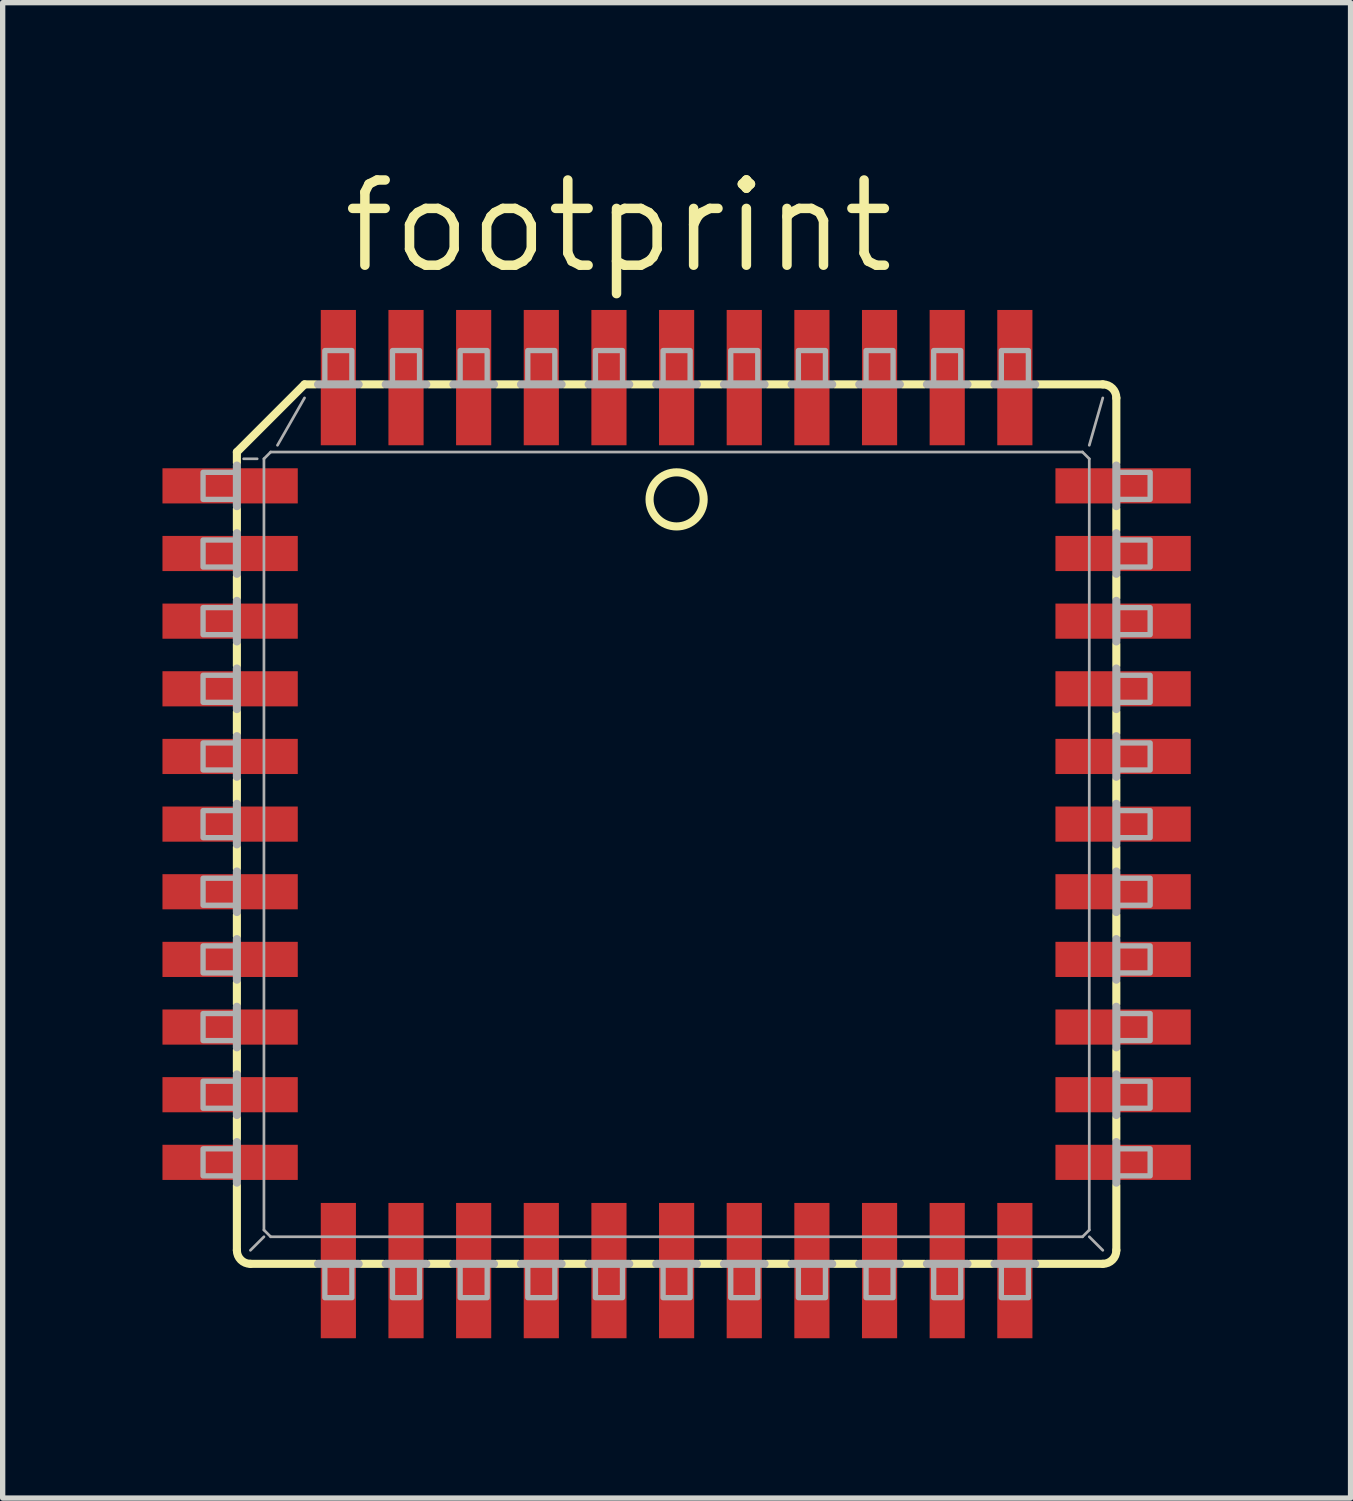
<source format=kicad_pcb>
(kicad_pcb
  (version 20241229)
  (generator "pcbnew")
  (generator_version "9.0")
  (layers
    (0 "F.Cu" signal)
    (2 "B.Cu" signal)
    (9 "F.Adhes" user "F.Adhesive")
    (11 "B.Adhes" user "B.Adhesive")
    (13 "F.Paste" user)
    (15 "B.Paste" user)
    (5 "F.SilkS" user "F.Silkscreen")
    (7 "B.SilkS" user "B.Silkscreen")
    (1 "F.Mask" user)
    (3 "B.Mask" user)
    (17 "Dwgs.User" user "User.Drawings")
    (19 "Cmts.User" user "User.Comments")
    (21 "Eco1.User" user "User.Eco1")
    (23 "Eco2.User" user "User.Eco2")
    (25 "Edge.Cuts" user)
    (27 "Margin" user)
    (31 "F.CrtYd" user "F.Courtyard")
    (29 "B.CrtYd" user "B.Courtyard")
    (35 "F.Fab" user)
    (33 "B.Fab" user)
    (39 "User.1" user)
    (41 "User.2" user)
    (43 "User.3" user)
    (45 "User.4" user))
  (footprint "footprint"
    (layer "F.Cu")
    (at 9.652 12.421)
    (property "Reference" "footprint" (at -6.35 -10.287 0) (layer "F.SilkS") (effects (font (size 1.6 1.6) (thickness 0.178)) (justify left bottom)))
    (fp_line (start -8.255 -6.985) (end -8.255 -6.782) (stroke (width 0.152) (type solid)) (layer "F.SilkS"))
    (fp_line (start -8.255 -6.985) (end -6.985 -8.255) (stroke (width 0.152) (type solid)) (layer "F.SilkS"))
    (fp_line (start -8.255 -5.918) (end -8.255 -5.512) (stroke (width 0.152) (type solid)) (layer "F.SilkS"))
    (fp_line (start -8.255 -4.648) (end -8.255 -4.242) (stroke (width 0.152) (type solid)) (layer "F.SilkS"))
    (fp_line (start -8.255 -3.378) (end -8.255 -2.972) (stroke (width 0.152) (type solid)) (layer "F.SilkS"))
    (fp_line (start -8.255 -2.108) (end -8.255 -1.702) (stroke (width 0.152) (type solid)) (layer "F.SilkS"))
    (fp_line (start -8.255 -0.838) (end -8.255 -0.432) (stroke (width 0.152) (type solid)) (layer "F.SilkS"))
    (fp_line (start -8.255 0.432) (end -8.255 0.838) (stroke (width 0.152) (type solid)) (layer "F.SilkS"))
    (fp_line (start -8.255 2.108) (end -8.255 1.702) (stroke (width 0.152) (type solid)) (layer "F.SilkS"))
    (fp_line (start -8.255 2.972) (end -8.255 3.378) (stroke (width 0.152) (type solid)) (layer "F.SilkS"))
    (fp_line (start -8.255 4.648) (end -8.255 4.242) (stroke (width 0.152) (type solid)) (layer "F.SilkS"))
    (fp_line (start -8.255 5.512) (end -8.255 5.918) (stroke (width 0.152) (type solid)) (layer "F.SilkS"))
    (fp_line (start -8.255 8.001) (end -8.255 6.782) (stroke (width 0.152) (type solid)) (layer "F.SilkS"))
    (fp_line (start -8.001 8.255) (end -6.782 8.255) (stroke (width 0.152) (type solid)) (layer "F.SilkS"))
    (fp_line (start -6.985 -8.255) (end -6.782 -8.255) (stroke (width 0.152) (type solid)) (layer "F.SilkS"))
    (fp_line (start -5.918 8.255) (end -5.512 8.255) (stroke (width 0.152) (type solid)) (layer "F.SilkS"))
    (fp_line (start -5.512 -8.255) (end -5.918 -8.255) (stroke (width 0.152) (type solid)) (layer "F.SilkS"))
    (fp_line (start -4.648 -8.255) (end -4.242 -8.255) (stroke (width 0.152) (type solid)) (layer "F.SilkS"))
    (fp_line (start -4.648 8.255) (end -4.242 8.255) (stroke (width 0.152) (type solid)) (layer "F.SilkS"))
    (fp_line (start -3.378 8.255) (end -2.972 8.255) (stroke (width 0.152) (type solid)) (layer "F.SilkS"))
    (fp_line (start -2.972 -8.255) (end -3.378 -8.255) (stroke (width 0.152) (type solid)) (layer "F.SilkS"))
    (fp_line (start -2.108 -8.255) (end -1.702 -8.255) (stroke (width 0.152) (type solid)) (layer "F.SilkS"))
    (fp_line (start -2.108 8.255) (end -1.702 8.255) (stroke (width 0.152) (type solid)) (layer "F.SilkS"))
    (fp_line (start -0.838 8.255) (end -0.432 8.255) (stroke (width 0.152) (type solid)) (layer "F.SilkS"))
    (fp_line (start -0.432 -8.255) (end -0.838 -8.255) (stroke (width 0.152) (type solid)) (layer "F.SilkS"))
    (fp_line (start 0.432 8.255) (end 0.838 8.255) (stroke (width 0.152) (type solid)) (layer "F.SilkS"))
    (fp_line (start 0.838 -8.255) (end 0.432 -8.255) (stroke (width 0.152) (type solid)) (layer "F.SilkS"))
    (fp_line (start 2.108 -8.255) (end 1.702 -8.255) (stroke (width 0.152) (type solid)) (layer "F.SilkS"))
    (fp_line (start 2.108 8.255) (end 1.702 8.255) (stroke (width 0.152) (type solid)) (layer "F.SilkS"))
    (fp_line (start 2.972 8.255) (end 3.378 8.255) (stroke (width 0.152) (type solid)) (layer "F.SilkS"))
    (fp_line (start 3.378 -8.255) (end 2.972 -8.255) (stroke (width 0.152) (type solid)) (layer "F.SilkS"))
    (fp_line (start 4.648 -8.255) (end 4.242 -8.255) (stroke (width 0.152) (type solid)) (layer "F.SilkS"))
    (fp_line (start 4.648 8.255) (end 4.242 8.255) (stroke (width 0.152) (type solid)) (layer "F.SilkS"))
    (fp_line (start 5.512 8.255) (end 5.918 8.255) (stroke (width 0.152) (type solid)) (layer "F.SilkS"))
    (fp_line (start 5.918 -8.255) (end 5.512 -8.255) (stroke (width 0.152) (type solid)) (layer "F.SilkS"))
    (fp_line (start 8.001 -8.255) (end 6.782 -8.255) (stroke (width 0.152) (type solid)) (layer "F.SilkS"))
    (fp_line (start 8.001 8.255) (end 6.782 8.255) (stroke (width 0.152) (type solid)) (layer "F.SilkS"))
    (fp_line (start 8.255 -8.001) (end 8.255 -6.782) (stroke (width 0.152) (type solid)) (layer "F.SilkS"))
    (fp_line (start 8.255 -5.512) (end 8.255 -5.918) (stroke (width 0.152) (type solid)) (layer "F.SilkS"))
    (fp_line (start 8.255 -4.648) (end 8.255 -4.242) (stroke (width 0.152) (type solid)) (layer "F.SilkS"))
    (fp_line (start 8.255 -2.972) (end 8.255 -3.378) (stroke (width 0.152) (type solid)) (layer "F.SilkS"))
    (fp_line (start 8.255 -2.108) (end 8.255 -1.702) (stroke (width 0.152) (type solid)) (layer "F.SilkS"))
    (fp_line (start 8.255 -0.432) (end 8.255 -0.838) (stroke (width 0.152) (type solid)) (layer "F.SilkS"))
    (fp_line (start 8.255 0.838) (end 8.255 0.432) (stroke (width 0.152) (type solid)) (layer "F.SilkS"))
    (fp_line (start 8.255 2.108) (end 8.255 1.702) (stroke (width 0.152) (type solid)) (layer "F.SilkS"))
    (fp_line (start 8.255 3.378) (end 8.255 2.972) (stroke (width 0.152) (type solid)) (layer "F.SilkS"))
    (fp_line (start 8.255 4.648) (end 8.255 4.242) (stroke (width 0.152) (type solid)) (layer "F.SilkS"))
    (fp_line (start 8.255 5.918) (end 8.255 5.512) (stroke (width 0.152) (type solid)) (layer "F.SilkS"))
    (fp_line (start 8.255 8.001) (end 8.255 6.782) (stroke (width 0.152) (type solid)) (layer "F.SilkS"))
    (fp_arc (start -8.001 8.255) (mid -8.180605 8.180605) (end -8.255 8.001) (stroke (width 0.1524) (type solid)) (layer "F.SilkS"))
    (fp_arc (start 8.001 -8.255) (mid 8.180605 -8.180605) (end 8.255 -8.001) (stroke (width 0.1524) (type solid)) (layer "F.SilkS"))
    (fp_arc (start 8.255 8.001) (mid 8.180605 8.180605) (end 8.001 8.255) (stroke (width 0.1524) (type solid)) (layer "F.SilkS"))
    (fp_circle (center 0 -6.096) (end 0.508 -6.096) (stroke (width 0.152) (type solid)) (fill no) (layer "F.SilkS"))
    (fp_line (start -8.255 -6.731) (end -8.255 -5.969) (stroke (width 0.152) (type solid)) (layer "F.Fab"))
    (fp_line (start -8.255 -5.461) (end -8.255 -4.699) (stroke (width 0.152) (type solid)) (layer "F.Fab"))
    (fp_line (start -8.255 -4.191) (end -8.255 -3.429) (stroke (width 0.152) (type solid)) (layer "F.Fab"))
    (fp_line (start -8.255 -2.921) (end -8.255 -2.159) (stroke (width 0.152) (type solid)) (layer "F.Fab"))
    (fp_line (start -8.255 -1.651) (end -8.255 -0.889) (stroke (width 0.152) (type solid)) (layer "F.Fab"))
    (fp_line (start -8.255 -0.381) (end -8.255 0.381) (stroke (width 0.152) (type solid)) (layer "F.Fab"))
    (fp_line (start -8.255 0.889) (end -8.255 1.651) (stroke (width 0.152) (type solid)) (layer "F.Fab"))
    (fp_line (start -8.255 2.159) (end -8.255 2.921) (stroke (width 0.152) (type solid)) (layer "F.Fab"))
    (fp_line (start -8.255 3.429) (end -8.255 4.191) (stroke (width 0.152) (type solid)) (layer "F.Fab"))
    (fp_line (start -8.255 4.699) (end -8.255 5.461) (stroke (width 0.152) (type solid)) (layer "F.Fab"))
    (fp_line (start -8.255 5.969) (end -8.255 6.731) (stroke (width 0.152) (type solid)) (layer "F.Fab"))
    (fp_line (start -8.128 -6.858) (end -7.874 -6.858) (stroke (width 0.051) (type solid)) (layer "F.Fab"))
    (fp_line (start -7.747 7.62) (end -7.747 -6.858) (stroke (width 0.051) (type solid)) (layer "F.Fab"))
    (fp_line (start -7.747 7.62) (end -7.62 7.747) (stroke (width 0.051) (type solid)) (layer "F.Fab"))
    (fp_line (start -7.747 7.747) (end -8.001 8.001) (stroke (width 0.051) (type solid)) (layer "F.Fab"))
    (fp_line (start -7.62 -6.985) (end -7.747 -6.858) (stroke (width 0.051) (type solid)) (layer "F.Fab"))
    (fp_line (start -7.62 -6.985) (end 7.62 -6.985) (stroke (width 0.051) (type solid)) (layer "F.Fab"))
    (fp_line (start -6.985 -8.001) (end -7.493 -7.112) (stroke (width 0.051) (type solid)) (layer "F.Fab"))
    (fp_line (start -6.731 8.255) (end -5.969 8.255) (stroke (width 0.152) (type solid)) (layer "F.Fab"))
    (fp_line (start -5.969 -8.255) (end -6.731 -8.255) (stroke (width 0.152) (type solid)) (layer "F.Fab"))
    (fp_line (start -5.461 8.255) (end -4.699 8.255) (stroke (width 0.152) (type solid)) (layer "F.Fab"))
    (fp_line (start -4.699 -8.255) (end -5.461 -8.255) (stroke (width 0.152) (type solid)) (layer "F.Fab"))
    (fp_line (start -4.191 8.255) (end -3.429 8.255) (stroke (width 0.152) (type solid)) (layer "F.Fab"))
    (fp_line (start -3.429 -8.255) (end -4.191 -8.255) (stroke (width 0.152) (type solid)) (layer "F.Fab"))
    (fp_line (start -2.921 8.255) (end -2.159 8.255) (stroke (width 0.152) (type solid)) (layer "F.Fab"))
    (fp_line (start -2.159 -8.255) (end -2.921 -8.255) (stroke (width 0.152) (type solid)) (layer "F.Fab"))
    (fp_line (start -1.651 8.255) (end -0.889 8.255) (stroke (width 0.152) (type solid)) (layer "F.Fab"))
    (fp_line (start -0.889 -8.255) (end -1.651 -8.255) (stroke (width 0.152) (type solid)) (layer "F.Fab"))
    (fp_line (start -0.381 8.255) (end 0.381 8.255) (stroke (width 0.152) (type solid)) (layer "F.Fab"))
    (fp_line (start 0.381 -8.255) (end -0.381 -8.255) (stroke (width 0.152) (type solid)) (layer "F.Fab"))
    (fp_line (start 0.889 8.255) (end 1.651 8.255) (stroke (width 0.152) (type solid)) (layer "F.Fab"))
    (fp_line (start 1.651 -8.255) (end 0.889 -8.255) (stroke (width 0.152) (type solid)) (layer "F.Fab"))
    (fp_line (start 2.159 8.255) (end 2.921 8.255) (stroke (width 0.152) (type solid)) (layer "F.Fab"))
    (fp_line (start 2.921 -8.255) (end 2.159 -8.255) (stroke (width 0.152) (type solid)) (layer "F.Fab"))
    (fp_line (start 3.429 8.255) (end 4.191 8.255) (stroke (width 0.152) (type solid)) (layer "F.Fab"))
    (fp_line (start 4.191 -8.255) (end 3.429 -8.255) (stroke (width 0.152) (type solid)) (layer "F.Fab"))
    (fp_line (start 4.699 8.255) (end 5.461 8.255) (stroke (width 0.152) (type solid)) (layer "F.Fab"))
    (fp_line (start 5.461 -8.255) (end 4.699 -8.255) (stroke (width 0.152) (type solid)) (layer "F.Fab"))
    (fp_line (start 5.969 8.255) (end 6.731 8.255) (stroke (width 0.152) (type solid)) (layer "F.Fab"))
    (fp_line (start 6.731 -8.255) (end 5.969 -8.255) (stroke (width 0.152) (type solid)) (layer "F.Fab"))
    (fp_line (start 7.62 7.747) (end -7.62 7.747) (stroke (width 0.051) (type solid)) (layer "F.Fab"))
    (fp_line (start 7.62 7.747) (end 7.747 7.62) (stroke (width 0.051) (type solid)) (layer "F.Fab"))
    (fp_line (start 7.747 -6.858) (end 7.62 -6.985) (stroke (width 0.051) (type solid)) (layer "F.Fab"))
    (fp_line (start 7.747 -6.858) (end 7.747 7.62) (stroke (width 0.051) (type solid)) (layer "F.Fab"))
    (fp_line (start 7.747 7.747) (end 8.001 8.001) (stroke (width 0.051) (type solid)) (layer "F.Fab"))
    (fp_line (start 8.001 -8.001) (end 7.747 -7.112) (stroke (width 0.051) (type solid)) (layer "F.Fab"))
    (fp_line (start 8.255 -5.969) (end 8.255 -6.731) (stroke (width 0.152) (type solid)) (layer "F.Fab"))
    (fp_line (start 8.255 -4.699) (end 8.255 -5.461) (stroke (width 0.152) (type solid)) (layer "F.Fab"))
    (fp_line (start 8.255 -3.429) (end 8.255 -4.191) (stroke (width 0.152) (type solid)) (layer "F.Fab"))
    (fp_line (start 8.255 -2.159) (end 8.255 -2.921) (stroke (width 0.152) (type solid)) (layer "F.Fab"))
    (fp_line (start 8.255 -0.889) (end 8.255 -1.651) (stroke (width 0.152) (type solid)) (layer "F.Fab"))
    (fp_line (start 8.255 0.381) (end 8.255 -0.381) (stroke (width 0.152) (type solid)) (layer "F.Fab"))
    (fp_line (start 8.255 1.651) (end 8.255 0.889) (stroke (width 0.152) (type solid)) (layer "F.Fab"))
    (fp_line (start 8.255 2.921) (end 8.255 2.159) (stroke (width 0.152) (type solid)) (layer "F.Fab"))
    (fp_line (start 8.255 4.191) (end 8.255 3.429) (stroke (width 0.152) (type solid)) (layer "F.Fab"))
    (fp_line (start 8.255 5.461) (end 8.255 4.699) (stroke (width 0.152) (type solid)) (layer "F.Fab"))
    (fp_line (start 8.255 6.731) (end 8.255 5.969) (stroke (width 0.152) (type solid)) (layer "F.Fab"))
    (fp_poly (pts (xy -8.89 -6.096) (xy -8.255 -6.096) (xy -8.255 -6.604) (xy -8.89 -6.604)) (stroke (width 0.1) (type solid)) (fill no) (layer "F.Fab"))
    (fp_poly (pts (xy -8.89 -4.826) (xy -8.255 -4.826) (xy -8.255 -5.334) (xy -8.89 -5.334)) (stroke (width 0.1) (type solid)) (fill no) (layer "F.Fab"))
    (fp_poly (pts (xy -8.89 -3.556) (xy -8.255 -3.556) (xy -8.255 -4.064) (xy -8.89 -4.064)) (stroke (width 0.1) (type solid)) (fill no) (layer "F.Fab"))
    (fp_poly (pts (xy -8.89 -2.286) (xy -8.255 -2.286) (xy -8.255 -2.794) (xy -8.89 -2.794)) (stroke (width 0.1) (type solid)) (fill no) (layer "F.Fab"))
    (fp_poly (pts (xy -8.89 -1.016) (xy -8.255 -1.016) (xy -8.255 -1.524) (xy -8.89 -1.524)) (stroke (width 0.1) (type solid)) (fill no) (layer "F.Fab"))
    (fp_poly (pts (xy -8.89 0.254) (xy -8.255 0.254) (xy -8.255 -0.254) (xy -8.89 -0.254)) (stroke (width 0.1) (type solid)) (fill no) (layer "F.Fab"))
    (fp_poly (pts (xy -8.89 1.524) (xy -8.255 1.524) (xy -8.255 1.016) (xy -8.89 1.016)) (stroke (width 0.1) (type solid)) (fill no) (layer "F.Fab"))
    (fp_poly (pts (xy -8.89 2.794) (xy -8.255 2.794) (xy -8.255 2.286) (xy -8.89 2.286)) (stroke (width 0.1) (type solid)) (fill no) (layer "F.Fab"))
    (fp_poly (pts (xy -8.89 4.064) (xy -8.255 4.064) (xy -8.255 3.556) (xy -8.89 3.556)) (stroke (width 0.1) (type solid)) (fill no) (layer "F.Fab"))
    (fp_poly (pts (xy -8.89 5.334) (xy -8.255 5.334) (xy -8.255 4.826) (xy -8.89 4.826)) (stroke (width 0.1) (type solid)) (fill no) (layer "F.Fab"))
    (fp_poly (pts (xy -8.89 6.604) (xy -8.255 6.604) (xy -8.255 6.096) (xy -8.89 6.096)) (stroke (width 0.1) (type solid)) (fill no) (layer "F.Fab"))
    (fp_poly (pts (xy -6.604 -8.255) (xy -6.096 -8.255) (xy -6.096 -8.89) (xy -6.604 -8.89)) (stroke (width 0.1) (type solid)) (fill no) (layer "F.Fab"))
    (fp_poly (pts (xy -6.604 8.89) (xy -6.096 8.89) (xy -6.096 8.255) (xy -6.604 8.255)) (stroke (width 0.1) (type solid)) (fill no) (layer "F.Fab"))
    (fp_poly (pts (xy -5.334 -8.255) (xy -4.826 -8.255) (xy -4.826 -8.89) (xy -5.334 -8.89)) (stroke (width 0.1) (type solid)) (fill no) (layer "F.Fab"))
    (fp_poly (pts (xy -5.334 8.89) (xy -4.826 8.89) (xy -4.826 8.255) (xy -5.334 8.255)) (stroke (width 0.1) (type solid)) (fill no) (layer "F.Fab"))
    (fp_poly (pts (xy -4.064 -8.255) (xy -3.556 -8.255) (xy -3.556 -8.89) (xy -4.064 -8.89)) (stroke (width 0.1) (type solid)) (fill no) (layer "F.Fab"))
    (fp_poly (pts (xy -4.064 8.89) (xy -3.556 8.89) (xy -3.556 8.255) (xy -4.064 8.255)) (stroke (width 0.1) (type solid)) (fill no) (layer "F.Fab"))
    (fp_poly (pts (xy -2.794 -8.255) (xy -2.286 -8.255) (xy -2.286 -8.89) (xy -2.794 -8.89)) (stroke (width 0.1) (type solid)) (fill no) (layer "F.Fab"))
    (fp_poly (pts (xy -2.794 8.89) (xy -2.286 8.89) (xy -2.286 8.255) (xy -2.794 8.255)) (stroke (width 0.1) (type solid)) (fill no) (layer "F.Fab"))
    (fp_poly (pts (xy -1.524 -8.255) (xy -1.016 -8.255) (xy -1.016 -8.89) (xy -1.524 -8.89)) (stroke (width 0.1) (type solid)) (fill no) (layer "F.Fab"))
    (fp_poly (pts (xy -1.524 8.89) (xy -1.016 8.89) (xy -1.016 8.255) (xy -1.524 8.255)) (stroke (width 0.1) (type solid)) (fill no) (layer "F.Fab"))
    (fp_poly (pts (xy -0.254 -8.255) (xy 0.254 -8.255) (xy 0.254 -8.89) (xy -0.254 -8.89)) (stroke (width 0.1) (type solid)) (fill no) (layer "F.Fab"))
    (fp_poly (pts (xy -0.254 8.89) (xy 0.254 8.89) (xy 0.254 8.255) (xy -0.254 8.255)) (stroke (width 0.1) (type solid)) (fill no) (layer "F.Fab"))
    (fp_poly (pts (xy 1.016 -8.255) (xy 1.524 -8.255) (xy 1.524 -8.89) (xy 1.016 -8.89)) (stroke (width 0.1) (type solid)) (fill no) (layer "F.Fab"))
    (fp_poly (pts (xy 1.016 8.89) (xy 1.524 8.89) (xy 1.524 8.255) (xy 1.016 8.255)) (stroke (width 0.1) (type solid)) (fill no) (layer "F.Fab"))
    (fp_poly (pts (xy 2.286 -8.255) (xy 2.794 -8.255) (xy 2.794 -8.89) (xy 2.286 -8.89)) (stroke (width 0.1) (type solid)) (fill no) (layer "F.Fab"))
    (fp_poly (pts (xy 2.286 8.89) (xy 2.794 8.89) (xy 2.794 8.255) (xy 2.286 8.255)) (stroke (width 0.1) (type solid)) (fill no) (layer "F.Fab"))
    (fp_poly (pts (xy 3.556 -8.255) (xy 4.064 -8.255) (xy 4.064 -8.89) (xy 3.556 -8.89)) (stroke (width 0.1) (type solid)) (fill no) (layer "F.Fab"))
    (fp_poly (pts (xy 3.556 8.89) (xy 4.064 8.89) (xy 4.064 8.255) (xy 3.556 8.255)) (stroke (width 0.1) (type solid)) (fill no) (layer "F.Fab"))
    (fp_poly (pts (xy 4.826 -8.255) (xy 5.334 -8.255) (xy 5.334 -8.89) (xy 4.826 -8.89)) (stroke (width 0.1) (type solid)) (fill no) (layer "F.Fab"))
    (fp_poly (pts (xy 4.826 8.89) (xy 5.334 8.89) (xy 5.334 8.255) (xy 4.826 8.255)) (stroke (width 0.1) (type solid)) (fill no) (layer "F.Fab"))
    (fp_poly (pts (xy 6.096 -8.255) (xy 6.604 -8.255) (xy 6.604 -8.89) (xy 6.096 -8.89)) (stroke (width 0.1) (type solid)) (fill no) (layer "F.Fab"))
    (fp_poly (pts (xy 6.096 8.89) (xy 6.604 8.89) (xy 6.604 8.255) (xy 6.096 8.255)) (stroke (width 0.1) (type solid)) (fill no) (layer "F.Fab"))
    (fp_poly (pts (xy 8.255 -6.096) (xy 8.89 -6.096) (xy 8.89 -6.604) (xy 8.255 -6.604)) (stroke (width 0.1) (type solid)) (fill no) (layer "F.Fab"))
    (fp_poly (pts (xy 8.255 -4.826) (xy 8.89 -4.826) (xy 8.89 -5.334) (xy 8.255 -5.334)) (stroke (width 0.1) (type solid)) (fill no) (layer "F.Fab"))
    (fp_poly (pts (xy 8.255 -3.556) (xy 8.89 -3.556) (xy 8.89 -4.064) (xy 8.255 -4.064)) (stroke (width 0.1) (type solid)) (fill no) (layer "F.Fab"))
    (fp_poly (pts (xy 8.255 -2.286) (xy 8.89 -2.286) (xy 8.89 -2.794) (xy 8.255 -2.794)) (stroke (width 0.1) (type solid)) (fill no) (layer "F.Fab"))
    (fp_poly (pts (xy 8.255 -1.016) (xy 8.89 -1.016) (xy 8.89 -1.524) (xy 8.255 -1.524)) (stroke (width 0.1) (type solid)) (fill no) (layer "F.Fab"))
    (fp_poly (pts (xy 8.255 0.254) (xy 8.89 0.254) (xy 8.89 -0.254) (xy 8.255 -0.254)) (stroke (width 0.1) (type solid)) (fill no) (layer "F.Fab"))
    (fp_poly (pts (xy 8.255 1.524) (xy 8.89 1.524) (xy 8.89 1.016) (xy 8.255 1.016)) (stroke (width 0.1) (type solid)) (fill no) (layer "F.Fab"))
    (fp_poly (pts (xy 8.255 2.794) (xy 8.89 2.794) (xy 8.89 2.286) (xy 8.255 2.286)) (stroke (width 0.1) (type solid)) (fill no) (layer "F.Fab"))
    (fp_poly (pts (xy 8.255 4.064) (xy 8.89 4.064) (xy 8.89 3.556) (xy 8.255 3.556)) (stroke (width 0.1) (type solid)) (fill no) (layer "F.Fab"))
    (fp_poly (pts (xy 8.255 5.334) (xy 8.89 5.334) (xy 8.89 4.826) (xy 8.255 4.826)) (stroke (width 0.1) (type solid)) (fill no) (layer "F.Fab"))
    (fp_poly (pts (xy 8.255 6.604) (xy 8.89 6.604) (xy 8.89 6.096) (xy 8.255 6.096)) (stroke (width 0.1) (type solid)) (fill no) (layer "F.Fab"))
    (pad "1" smd rect (at 0 -8.382) (size 0.66 2.54) (layers "F.Cu" "F.Mask" "F.Paste"))
    (pad "2" smd rect (at -1.27 -8.382) (size 0.66 2.54) (layers "F.Cu" "F.Mask" "F.Paste"))
    (pad "3" smd rect (at -2.54 -8.382) (size 0.66 2.54) (layers "F.Cu" "F.Mask" "F.Paste"))
    (pad "4" smd rect (at -3.81 -8.382) (size 0.66 2.54) (layers "F.Cu" "F.Mask" "F.Paste"))
    (pad "5" smd rect (at -5.08 -8.382) (size 0.66 2.54) (layers "F.Cu" "F.Mask" "F.Paste"))
    (pad "6" smd rect (at -6.35 -8.382) (size 0.66 2.54) (layers "F.Cu" "F.Mask" "F.Paste"))
    (pad "7" smd rect (at -8.382 -6.35) (size 2.54 0.66) (layers "F.Cu" "F.Mask" "F.Paste"))
    (pad "8" smd rect (at -8.382 -5.08) (size 2.54 0.66) (layers "F.Cu" "F.Mask" "F.Paste"))
    (pad "9" smd rect (at -8.382 -3.81) (size 2.54 0.66) (layers "F.Cu" "F.Mask" "F.Paste"))
    (pad "10" smd rect (at -8.382 -2.54) (size 2.54 0.66) (layers "F.Cu" "F.Mask" "F.Paste"))
    (pad "11" smd rect (at -8.382 -1.27) (size 2.54 0.66) (layers "F.Cu" "F.Mask" "F.Paste"))
    (pad "12" smd rect (at -8.382 0) (size 2.54 0.66) (layers "F.Cu" "F.Mask" "F.Paste"))
    (pad "13" smd rect (at -8.382 1.27) (size 2.54 0.66) (layers "F.Cu" "F.Mask" "F.Paste"))
    (pad "14" smd rect (at -8.382 2.54) (size 2.54 0.66) (layers "F.Cu" "F.Mask" "F.Paste"))
    (pad "15" smd rect (at -8.382 3.81) (size 2.54 0.66) (layers "F.Cu" "F.Mask" "F.Paste"))
    (pad "16" smd rect (at -8.382 5.08) (size 2.54 0.66) (layers "F.Cu" "F.Mask" "F.Paste"))
    (pad "17" smd rect (at -8.382 6.35) (size 2.54 0.66) (layers "F.Cu" "F.Mask" "F.Paste"))
    (pad "18" smd rect (at -6.35 8.382) (size 0.66 2.54) (layers "F.Cu" "F.Mask" "F.Paste"))
    (pad "19" smd rect (at -5.08 8.382) (size 0.66 2.54) (layers "F.Cu" "F.Mask" "F.Paste"))
    (pad "20" smd rect (at -3.81 8.382) (size 0.66 2.54) (layers "F.Cu" "F.Mask" "F.Paste"))
    (pad "21" smd rect (at -2.54 8.382) (size 0.66 2.54) (layers "F.Cu" "F.Mask" "F.Paste"))
    (pad "22" smd rect (at -1.27 8.382) (size 0.66 2.54) (layers "F.Cu" "F.Mask" "F.Paste"))
    (pad "23" smd rect (at 0 8.382) (size 0.66 2.54) (layers "F.Cu" "F.Mask" "F.Paste"))
    (pad "24" smd rect (at 1.27 8.382) (size 0.66 2.54) (layers "F.Cu" "F.Mask" "F.Paste"))
    (pad "25" smd rect (at 2.54 8.382) (size 0.66 2.54) (layers "F.Cu" "F.Mask" "F.Paste"))
    (pad "26" smd rect (at 3.81 8.382) (size 0.66 2.54) (layers "F.Cu" "F.Mask" "F.Paste"))
    (pad "27" smd rect (at 5.08 8.382) (size 0.66 2.54) (layers "F.Cu" "F.Mask" "F.Paste"))
    (pad "28" smd rect (at 6.35 8.382) (size 0.66 2.54) (layers "F.Cu" "F.Mask" "F.Paste"))
    (pad "29" smd rect (at 8.382 6.35) (size 2.54 0.66) (layers "F.Cu" "F.Mask" "F.Paste"))
    (pad "30" smd rect (at 8.382 5.08) (size 2.54 0.66) (layers "F.Cu" "F.Mask" "F.Paste"))
    (pad "31" smd rect (at 8.382 3.81) (size 2.54 0.66) (layers "F.Cu" "F.Mask" "F.Paste"))
    (pad "32" smd rect (at 8.382 2.54) (size 2.54 0.66) (layers "F.Cu" "F.Mask" "F.Paste"))
    (pad "33" smd rect (at 8.382 1.27) (size 2.54 0.66) (layers "F.Cu" "F.Mask" "F.Paste"))
    (pad "34" smd rect (at 8.382 0) (size 2.54 0.66) (layers "F.Cu" "F.Mask" "F.Paste"))
    (pad "35" smd rect (at 8.382 -1.27) (size 2.54 0.66) (layers "F.Cu" "F.Mask" "F.Paste"))
    (pad "36" smd rect (at 8.382 -2.54) (size 2.54 0.66) (layers "F.Cu" "F.Mask" "F.Paste"))
    (pad "37" smd rect (at 8.382 -3.81) (size 2.54 0.66) (layers "F.Cu" "F.Mask" "F.Paste"))
    (pad "38" smd rect (at 8.382 -5.08) (size 2.54 0.66) (layers "F.Cu" "F.Mask" "F.Paste"))
    (pad "39" smd rect (at 8.382 -6.35) (size 2.54 0.66) (layers "F.Cu" "F.Mask" "F.Paste"))
    (pad "40" smd rect (at 6.35 -8.382) (size 0.66 2.54) (layers "F.Cu" "F.Mask" "F.Paste"))
    (pad "41" smd rect (at 5.08 -8.382) (size 0.66 2.54) (layers "F.Cu" "F.Mask" "F.Paste"))
    (pad "42" smd rect (at 3.81 -8.382) (size 0.66 2.54) (layers "F.Cu" "F.Mask" "F.Paste"))
    (pad "43" smd rect (at 2.54 -8.382) (size 0.66 2.54) (layers "F.Cu" "F.Mask" "F.Paste"))
    (pad "44" smd rect (at 1.27 -8.382) (size 0.66 2.54) (layers "F.Cu" "F.Mask" "F.Paste")))
  (gr_rect
    (start -3 -3)
    (end 22.304 25.073)
    (stroke (width 0.1) (type default))
    (fill no)
    (layer "Edge.Cuts")))
</source>
